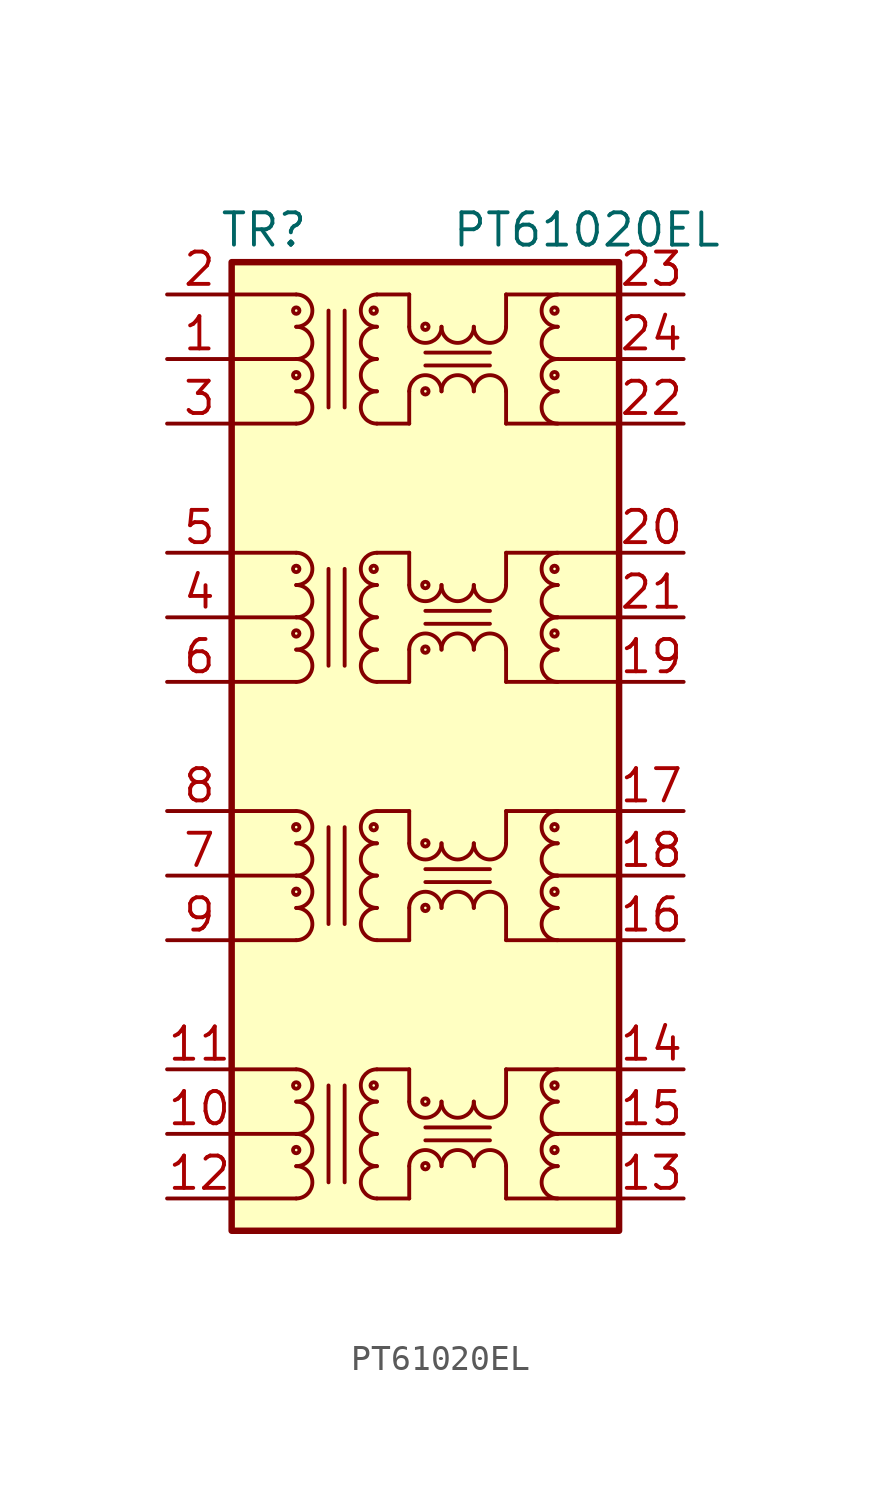
<source format=kicad_sym>
(kicad_symbol_lib
  (version 20231120)
  (generator "kicad_symbol_editor")
  (generator_version "8.0")
  (symbol "PT61020EL"
    (pin_names hide)
    (property "Reference" "TR"
      (at -6.35 20.32 0)
      (effects (font (size 1.27 1.27))))
    (property "Value" "PT61020EL"
      (at 6.35 20.32 0)
      (effects (font (size 1.27 1.27))))
    (symbol "PT61020EL_0_1"
      (rectangle (start -7.62 19.05) (end 7.62 -19.05) (stroke (width 0.254) (type default)) (fill (type background)))
      (polyline (pts (xy -7.62 -17.78) (xy -5.08 -17.78)) (stroke (width 0) (type default)) (fill (type none)))
      (polyline (pts (xy -7.62 -15.24) (xy -5.08 -15.24)) (stroke (width 0) (type default)) (fill (type none)))
      (polyline (pts (xy -7.62 -12.7) (xy -5.08 -12.7)) (stroke (width 0) (type default)) (fill (type none)))
      (polyline (pts (xy -7.62 -7.62) (xy -5.08 -7.62)) (stroke (width 0) (type default)) (fill (type none)))
      (polyline (pts (xy -7.62 -5.08) (xy -5.08 -5.08)) (stroke (width 0) (type default)) (fill (type none)))
      (polyline (pts (xy -7.62 -2.54) (xy -5.08 -2.54)) (stroke (width 0) (type default)) (fill (type none)))
      (polyline (pts (xy -7.62 2.54) (xy -5.08 2.54)) (stroke (width 0) (type default)) (fill (type none)))
      (polyline (pts (xy -7.62 5.08) (xy -5.08 5.08)) (stroke (width 0) (type default)) (fill (type none)))
      (polyline (pts (xy -7.62 7.62) (xy -5.08 7.62)) (stroke (width 0) (type default)) (fill (type none)))
      (polyline (pts (xy -7.62 12.7) (xy -5.08 12.7)) (stroke (width 0) (type default)) (fill (type none)))
      (polyline (pts (xy -7.62 15.24) (xy -5.08 15.24)) (stroke (width 0) (type default)) (fill (type none)))
      (polyline (pts (xy -7.62 17.78) (xy -5.08 17.78)) (stroke (width 0) (type default)) (fill (type none)))
      (polyline (pts (xy -1.905 -17.78) (xy -0.635 -17.78)) (stroke (width 0) (type default)) (fill (type none)))
      (polyline (pts (xy -1.905 -12.7) (xy -0.635 -12.7)) (stroke (width 0) (type default)) (fill (type none)))
      (polyline (pts (xy -1.905 -7.62) (xy -0.635 -7.62)) (stroke (width 0) (type default)) (fill (type none)))
      (polyline (pts (xy -1.905 -2.54) (xy -0.635 -2.54)) (stroke (width 0) (type default)) (fill (type none)))
      (polyline (pts (xy -1.905 2.54) (xy -0.635 2.54)) (stroke (width 0) (type default)) (fill (type none)))
      (polyline (pts (xy -1.905 7.62) (xy -0.635 7.62)) (stroke (width 0) (type default)) (fill (type none)))
      (polyline (pts (xy -1.905 12.7) (xy -0.635 12.7)) (stroke (width 0) (type default)) (fill (type none)))
      (polyline (pts (xy -1.905 17.78) (xy -0.635 17.78)) (stroke (width 0) (type default)) (fill (type none)))
      (polyline (pts (xy -0.635 -16.51) (xy -0.635 -17.78)) (stroke (width 0) (type default)) (fill (type none)))
      (polyline (pts (xy -0.635 -12.7) (xy -0.635 -13.97)) (stroke (width 0) (type default)) (fill (type none)))
      (polyline (pts (xy -0.635 -6.35) (xy -0.635 -7.62)) (stroke (width 0) (type default)) (fill (type none)))
      (polyline (pts (xy -0.635 -2.54) (xy -0.635 -3.81)) (stroke (width 0) (type default)) (fill (type none)))
      (polyline (pts (xy -0.635 3.81) (xy -0.635 2.54)) (stroke (width 0) (type default)) (fill (type none)))
      (polyline (pts (xy -0.635 7.62) (xy -0.635 6.35)) (stroke (width 0) (type default)) (fill (type none)))
      (polyline (pts (xy -0.635 13.97) (xy -0.635 12.7)) (stroke (width 0) (type default)) (fill (type none)))
      (polyline (pts (xy -0.635 17.78) (xy -0.635 16.51)) (stroke (width 0) (type default)) (fill (type none)))
      (polyline (pts (xy 3.175 -17.78) (xy 3.175 -16.51)) (stroke (width 0) (type default)) (fill (type none)))
      (polyline (pts (xy 3.175 -17.78) (xy 7.62 -17.78)) (stroke (width 0) (type default)) (fill (type none)))
      (polyline (pts (xy 3.175 -13.97) (xy 3.175 -12.7)) (stroke (width 0) (type default)) (fill (type none)))
      (polyline (pts (xy 3.175 -12.7) (xy 7.62 -12.7)) (stroke (width 0) (type default)) (fill (type none)))
      (polyline (pts (xy 3.175 -7.62) (xy 3.175 -6.35)) (stroke (width 0) (type default)) (fill (type none)))
      (polyline (pts (xy 3.175 -7.62) (xy 7.62 -7.62)) (stroke (width 0) (type default)) (fill (type none)))
      (polyline (pts (xy 3.175 -3.81) (xy 3.175 -2.54)) (stroke (width 0) (type default)) (fill (type none)))
      (polyline (pts (xy 3.175 -2.54) (xy 7.62 -2.54)) (stroke (width 0) (type default)) (fill (type none)))
      (polyline (pts (xy 3.175 2.54) (xy 3.175 3.81)) (stroke (width 0) (type default)) (fill (type none)))
      (polyline (pts (xy 3.175 2.54) (xy 7.62 2.54)) (stroke (width 0) (type default)) (fill (type none)))
      (polyline (pts (xy 3.175 6.35) (xy 3.175 7.62)) (stroke (width 0) (type default)) (fill (type none)))
      (polyline (pts (xy 3.175 7.62) (xy 7.62 7.62)) (stroke (width 0) (type default)) (fill (type none)))
      (polyline (pts (xy 3.175 12.7) (xy 3.175 13.97)) (stroke (width 0) (type default)) (fill (type none)))
      (polyline (pts (xy 3.175 12.7) (xy 7.62 12.7)) (stroke (width 0) (type default)) (fill (type none)))
      (polyline (pts (xy 3.175 16.51) (xy 3.175 17.78)) (stroke (width 0) (type default)) (fill (type none)))
      (polyline (pts (xy 3.175 17.78) (xy 7.62 17.78)) (stroke (width 0) (type default)) (fill (type none)))
      (polyline (pts (xy 5.08 -15.24) (xy 7.62 -15.24)) (stroke (width 0) (type default)) (fill (type none)))
      (polyline (pts (xy 5.08 -5.08) (xy 7.62 -5.08)) (stroke (width 0) (type default)) (fill (type none)))
      (polyline (pts (xy 5.08 5.08) (xy 7.62 5.08)) (stroke (width 0) (type default)) (fill (type none)))
      (polyline (pts (xy 5.08 15.24) (xy 7.62 15.24)) (stroke (width 0) (type default)) (fill (type none)))
      (polyline (pts (xy 7.62 15.24) (xy 7.62 15.24)) (stroke (width 0) (type default)) (fill (type none)))
      (pin passive line (at -10.16 15.24 0) (length 2.54) (name "TCT1" (effects (font (size 1.27 1.27)))) (number "1" (effects (font (size 1.27 1.27)))))
      (pin passive line (at -10.16 -15.24 0) (length 2.54) (name "TCT4" (effects (font (size 1.27 1.27)))) (number "10" (effects (font (size 1.27 1.27)))))
      (pin passive line (at -10.16 -12.7 0) (length 2.54) (name "TD4+" (effects (font (size 1.27 1.27)))) (number "11" (effects (font (size 1.27 1.27)))))
      (pin passive line (at -10.16 -17.78 0) (length 2.54) (name "TD4-" (effects (font (size 1.27 1.27)))) (number "12" (effects (font (size 1.27 1.27)))))
      (pin passive line (at 10.16 -17.78 180) (length 2.54) (name "MX4-" (effects (font (size 1.27 1.27)))) (number "13" (effects (font (size 1.27 1.27)))))
      (pin passive line (at 10.16 -12.7 180) (length 2.54) (name "MX4+" (effects (font (size 1.27 1.27)))) (number "14" (effects (font (size 1.27 1.27)))))
      (pin passive line (at 10.16 -15.24 180) (length 2.54) (name "MCT4" (effects (font (size 1.27 1.27)))) (number "15" (effects (font (size 1.27 1.27)))))
      (pin passive line (at 10.16 -7.62 180) (length 2.54) (name "MX3-" (effects (font (size 1.27 1.27)))) (number "16" (effects (font (size 1.27 1.27)))))
      (pin passive line (at 10.16 -2.54 180) (length 2.54) (name "MX3+" (effects (font (size 1.27 1.27)))) (number "17" (effects (font (size 1.27 1.27)))))
      (pin passive line (at 10.16 -5.08 180) (length 2.54) (name "MCT3" (effects (font (size 1.27 1.27)))) (number "18" (effects (font (size 1.27 1.27)))))
      (pin passive line (at 10.16 2.54 180) (length 2.54) (name "MX2-" (effects (font (size 1.27 1.27)))) (number "19" (effects (font (size 1.27 1.27)))))
      (pin passive line (at -10.16 17.78 0) (length 2.54) (name "TD1+" (effects (font (size 1.27 1.27)))) (number "2" (effects (font (size 1.27 1.27)))))
      (pin passive line (at 10.16 7.62 180) (length 2.54) (name "MX2+" (effects (font (size 1.27 1.27)))) (number "20" (effects (font (size 1.27 1.27)))))
      (pin passive line (at 10.16 5.08 180) (length 2.54) (name "MCT2" (effects (font (size 1.27 1.27)))) (number "21" (effects (font (size 1.27 1.27)))))
      (pin passive line (at 10.16 12.7 180) (length 2.54) (name "MX1-" (effects (font (size 1.27 1.27)))) (number "22" (effects (font (size 1.27 1.27)))))
      (pin passive line (at 10.16 17.78 180) (length 2.54) (name "MX1+" (effects (font (size 1.27 1.27)))) (number "23" (effects (font (size 1.27 1.27)))))
      (pin passive line (at 10.16 15.24 180) (length 2.54) (name "MCT1" (effects (font (size 1.27 1.27)))) (number "24" (effects (font (size 1.27 1.27)))))
      (pin passive line (at -10.16 12.7 0) (length 2.54) (name "TD1-" (effects (font (size 1.27 1.27)))) (number "3" (effects (font (size 1.27 1.27)))))
      (pin passive line (at -10.16 5.08 0) (length 2.54) (name "TCT2" (effects (font (size 1.27 1.27)))) (number "4" (effects (font (size 1.27 1.27)))))
      (pin passive line (at -10.16 7.62 0) (length 2.54) (name "TD2+" (effects (font (size 1.27 1.27)))) (number "5" (effects (font (size 1.27 1.27)))))
      (pin passive line (at -10.16 2.54 0) (length 2.54) (name "TD2-" (effects (font (size 1.27 1.27)))) (number "6" (effects (font (size 1.27 1.27)))))
      (pin passive line (at -10.16 -5.08 0) (length 2.54) (name "TCT3" (effects (font (size 1.27 1.27)))) (number "7" (effects (font (size 1.27 1.27)))))
      (pin passive line (at -10.16 -2.54 0) (length 2.54) (name "TD3+" (effects (font (size 1.27 1.27)))) (number "8" (effects (font (size 1.27 1.27)))))
      (pin passive line (at -10.16 -7.62 0) (length 2.54) (name "TD3-" (effects (font (size 1.27 1.27)))) (number "9" (effects (font (size 1.27 1.27))))))
    (symbol "PT61020EL_1_1"
      (arc (start -5.08 -17.78) (mid -4.4477 -17.145) (end -5.08 -16.51) (stroke (width 0) (type default)) (fill (type none)))
      (arc (start -5.08 -16.51) (mid -4.4477 -15.875) (end -5.08 -15.24) (stroke (width 0) (type default)) (fill (type none)))
      (circle (center -5.08 -15.875) (radius 0.127) (stroke (width 0) (type default)) (fill (type none)))
      (arc (start -5.08 -15.24) (mid -4.4477 -14.605) (end -5.08 -13.97) (stroke (width 0) (type default)) (fill (type none)))
      (arc (start -5.08 -13.97) (mid -4.4477 -13.335) (end -5.08 -12.7) (stroke (width 0) (type default)) (fill (type none)))
      (circle (center -5.08 -13.335) (radius 0.127) (stroke (width 0) (type default)) (fill (type none)))
      (arc (start -5.08 -7.62) (mid -4.4477 -6.985) (end -5.08 -6.35) (stroke (width 0) (type default)) (fill (type none)))
      (arc (start -5.08 -6.35) (mid -4.4477 -5.715) (end -5.08 -5.08) (stroke (width 0) (type default)) (fill (type none)))
      (circle (center -5.08 -5.715) (radius 0.127) (stroke (width 0) (type default)) (fill (type none)))
      (arc (start -5.08 -5.08) (mid -4.4477 -4.445) (end -5.08 -3.81) (stroke (width 0) (type default)) (fill (type none)))
      (arc (start -5.08 -3.81) (mid -4.4477 -3.175) (end -5.08 -2.54) (stroke (width 0) (type default)) (fill (type none)))
      (circle (center -5.08 -3.175) (radius 0.127) (stroke (width 0) (type default)) (fill (type none)))
      (arc (start -5.08 2.54) (mid -4.4477 3.175) (end -5.08 3.81) (stroke (width 0) (type default)) (fill (type none)))
      (arc (start -5.08 3.81) (mid -4.4477 4.445) (end -5.08 5.08) (stroke (width 0) (type default)) (fill (type none)))
      (circle (center -5.08 4.445) (radius 0.127) (stroke (width 0) (type default)) (fill (type none)))
      (arc (start -5.08 5.08) (mid -4.4477 5.715) (end -5.08 6.35) (stroke (width 0) (type default)) (fill (type none)))
      (arc (start -5.08 6.35) (mid -4.4477 6.985) (end -5.08 7.62) (stroke (width 0) (type default)) (fill (type none)))
      (circle (center -5.08 6.985) (radius 0.127) (stroke (width 0) (type default)) (fill (type none)))
      (arc (start -5.08 12.7) (mid -4.4477 13.335) (end -5.08 13.97) (stroke (width 0) (type default)) (fill (type none)))
      (arc (start -5.08 13.97) (mid -4.4477 14.605) (end -5.08 15.24) (stroke (width 0) (type default)) (fill (type none)))
      (circle (center -5.08 14.605) (radius 0.127) (stroke (width 0) (type default)) (fill (type none)))
      (arc (start -5.08 15.24) (mid -4.4477 15.875) (end -5.08 16.51) (stroke (width 0) (type default)) (fill (type none)))
      (arc (start -5.08 16.51) (mid -4.4477 17.145) (end -5.08 17.78) (stroke (width 0) (type default)) (fill (type none)))
      (circle (center -5.08 17.145) (radius 0.127) (stroke (width 0) (type default)) (fill (type none)))
      (circle (center -2.032 -13.335) (radius 0.127) (stroke (width 0) (type default)) (fill (type none)))
      (circle (center -2.032 -3.175) (radius 0.127) (stroke (width 0) (type default)) (fill (type none)))
      (circle (center -2.032 6.985) (radius 0.127) (stroke (width 0) (type default)) (fill (type none)))
      (circle (center -2.032 17.145) (radius 0.127) (stroke (width 0) (type default)) (fill (type none)))
      (arc (start -1.905 -16.51) (mid -2.5373 -17.145) (end -1.905 -17.78) (stroke (width 0) (type default)) (fill (type none)))
      (arc (start -1.905 -15.24) (mid -2.5373 -15.875) (end -1.905 -16.51) (stroke (width 0) (type default)) (fill (type none)))
      (arc (start -1.905 -13.97) (mid -2.5373 -14.605) (end -1.905 -15.24) (stroke (width 0) (type default)) (fill (type none)))
      (arc (start -1.905 -12.7) (mid -2.5373 -13.335) (end -1.905 -13.97) (stroke (width 0) (type default)) (fill (type none)))
      (arc (start -1.905 -6.35) (mid -2.5373 -6.985) (end -1.905 -7.62) (stroke (width 0) (type default)) (fill (type none)))
      (arc (start -1.905 -5.08) (mid -2.5373 -5.715) (end -1.905 -6.35) (stroke (width 0) (type default)) (fill (type none)))
      (arc (start -1.905 -3.81) (mid -2.5373 -4.445) (end -1.905 -5.08) (stroke (width 0) (type default)) (fill (type none)))
      (arc (start -1.905 -2.54) (mid -2.5373 -3.175) (end -1.905 -3.81) (stroke (width 0) (type default)) (fill (type none)))
      (arc (start -1.905 3.81) (mid -2.5373 3.175) (end -1.905 2.54) (stroke (width 0) (type default)) (fill (type none)))
      (arc (start -1.905 5.08) (mid -2.5373 4.445) (end -1.905 3.81) (stroke (width 0) (type default)) (fill (type none)))
      (arc (start -1.905 6.35) (mid -2.5373 5.715) (end -1.905 5.08) (stroke (width 0) (type default)) (fill (type none)))
      (arc (start -1.905 7.62) (mid -2.5373 6.985) (end -1.905 6.35) (stroke (width 0) (type default)) (fill (type none)))
      (arc (start -1.905 13.97) (mid -2.5373 13.335) (end -1.905 12.7) (stroke (width 0) (type default)) (fill (type none)))
      (arc (start -1.905 15.24) (mid -2.5373 14.605) (end -1.905 13.97) (stroke (width 0) (type default)) (fill (type none)))
      (arc (start -1.905 16.51) (mid -2.5373 15.875) (end -1.905 15.24) (stroke (width 0) (type default)) (fill (type none)))
      (arc (start -1.905 17.78) (mid -2.5373 17.145) (end -1.905 16.51) (stroke (width 0) (type default)) (fill (type none)))
      (arc (start -0.635 -13.97) (mid 0 -14.6023) (end 0.635 -13.97) (stroke (width 0) (type default)) (fill (type none)))
      (arc (start -0.635 -3.81) (mid 0 -4.4423) (end 0.635 -3.81) (stroke (width 0) (type default)) (fill (type none)))
      (arc (start -0.635 6.35) (mid 0 5.7177) (end 0.635 6.35) (stroke (width 0) (type default)) (fill (type none)))
      (arc (start -0.635 16.51) (mid 0 15.8777) (end 0.635 16.51) (stroke (width 0) (type default)) (fill (type none)))
      (circle (center 0 -16.51) (radius 0.127) (stroke (width 0) (type default)) (fill (type none)))
      (circle (center 0 -13.97) (radius 0.127) (stroke (width 0) (type default)) (fill (type none)))
      (circle (center 0 -6.35) (radius 0.127) (stroke (width 0) (type default)) (fill (type none)))
      (circle (center 0 -3.81) (radius 0.127) (stroke (width 0) (type default)) (fill (type none)))
      (polyline (pts (xy -3.81 -17.145) (xy -3.81 -13.335)) (stroke (width 0) (type default)) (fill (type none)))
      (polyline (pts (xy -3.81 -6.985) (xy -3.81 -3.175)) (stroke (width 0) (type default)) (fill (type none)))
      (polyline (pts (xy -3.81 3.175) (xy -3.81 6.985)) (stroke (width 0) (type default)) (fill (type none)))
      (polyline (pts (xy -3.81 13.335) (xy -3.81 17.145)) (stroke (width 0) (type default)) (fill (type none)))
      (polyline (pts (xy -3.175 -17.145) (xy -3.175 -13.335)) (stroke (width 0) (type default)) (fill (type none)))
      (polyline (pts (xy -3.175 -6.985) (xy -3.175 -3.175)) (stroke (width 0) (type default)) (fill (type none)))
      (polyline (pts (xy -3.175 3.175) (xy -3.175 6.985)) (stroke (width 0) (type default)) (fill (type none)))
      (polyline (pts (xy -3.175 13.335) (xy -3.175 17.145)) (stroke (width 0) (type default)) (fill (type none)))
      (polyline (pts (xy 2.54 -15.494) (xy 0 -15.494)) (stroke (width 0) (type default)) (fill (type none)))
      (polyline (pts (xy 2.54 -14.986) (xy 0 -14.986)) (stroke (width 0) (type default)) (fill (type none)))
      (polyline (pts (xy 2.54 -5.334) (xy 0 -5.334)) (stroke (width 0) (type default)) (fill (type none)))
      (polyline (pts (xy 2.54 -4.826) (xy 0 -4.826)) (stroke (width 0) (type default)) (fill (type none)))
      (polyline (pts (xy 2.54 4.826) (xy 0 4.826)) (stroke (width 0) (type default)) (fill (type none)))
      (polyline (pts (xy 2.54 5.334) (xy 0 5.334)) (stroke (width 0) (type default)) (fill (type none)))
      (polyline (pts (xy 2.54 14.986) (xy 0 14.986)) (stroke (width 0) (type default)) (fill (type none)))
      (polyline (pts (xy 2.54 15.494) (xy 0 15.494)) (stroke (width 0) (type default)) (fill (type none)))
      (circle (center 0 3.81) (radius 0.127) (stroke (width 0) (type default)) (fill (type none)))
      (circle (center 0 6.35) (radius 0.127) (stroke (width 0) (type default)) (fill (type none)))
      (circle (center 0 13.97) (radius 0.127) (stroke (width 0) (type default)) (fill (type none)))
      (circle (center 0 16.51) (radius 0.127) (stroke (width 0) (type default)) (fill (type none)))
      (arc (start 0.635 -16.51) (mid 0 -15.8777) (end -0.635 -16.51) (stroke (width 0) (type default)) (fill (type none)))
      (arc (start 0.635 -13.97) (mid 1.27 -14.6023) (end 1.905 -13.97) (stroke (width 0) (type default)) (fill (type none)))
      (arc (start 0.635 -6.35) (mid 0 -5.7177) (end -0.635 -6.35) (stroke (width 0) (type default)) (fill (type none)))
      (arc (start 0.635 -3.81) (mid 1.27 -4.4423) (end 1.905 -3.81) (stroke (width 0) (type default)) (fill (type none)))
      (arc (start 0.635 3.81) (mid 0 4.4423) (end -0.635 3.81) (stroke (width 0) (type default)) (fill (type none)))
      (arc (start 0.635 6.35) (mid 1.27 5.7177) (end 1.905 6.35) (stroke (width 0) (type default)) (fill (type none)))
      (arc (start 0.635 13.97) (mid 0 14.6023) (end -0.635 13.97) (stroke (width 0) (type default)) (fill (type none)))
      (arc (start 0.635 16.51) (mid 1.27 15.8777) (end 1.905 16.51) (stroke (width 0) (type default)) (fill (type none)))
      (arc (start 1.905 -16.51) (mid 1.27 -15.8777) (end 0.635 -16.51) (stroke (width 0) (type default)) (fill (type none)))
      (arc (start 1.905 -13.97) (mid 2.54 -14.6023) (end 3.175 -13.97) (stroke (width 0) (type default)) (fill (type none)))
      (arc (start 1.905 -6.35) (mid 1.27 -5.7177) (end 0.635 -6.35) (stroke (width 0) (type default)) (fill (type none)))
      (arc (start 1.905 -3.81) (mid 2.54 -4.4423) (end 3.175 -3.81) (stroke (width 0) (type default)) (fill (type none)))
      (arc (start 1.905 3.81) (mid 1.27 4.4423) (end 0.635 3.81) (stroke (width 0) (type default)) (fill (type none)))
      (arc (start 1.905 6.35) (mid 2.54 5.7177) (end 3.175 6.35) (stroke (width 0) (type default)) (fill (type none)))
      (arc (start 1.905 13.97) (mid 1.27 14.6023) (end 0.635 13.97) (stroke (width 0) (type default)) (fill (type none)))
      (arc (start 1.905 16.51) (mid 2.54 15.8777) (end 3.175 16.51) (stroke (width 0) (type default)) (fill (type none)))
      (arc (start 3.175 -16.51) (mid 2.54 -15.8777) (end 1.905 -16.51) (stroke (width 0) (type default)) (fill (type none)))
      (arc (start 3.175 -6.35) (mid 2.54 -5.7177) (end 1.905 -6.35) (stroke (width 0) (type default)) (fill (type none)))
      (arc (start 3.175 3.81) (mid 2.54 4.4423) (end 1.905 3.81) (stroke (width 0) (type default)) (fill (type none)))
      (arc (start 3.175 13.97) (mid 2.54 14.6023) (end 1.905 13.97) (stroke (width 0) (type default)) (fill (type none)))
      (circle (center 5.08 -15.875) (radius 0.127) (stroke (width 0) (type default)) (fill (type none)))
      (circle (center 5.08 -13.335) (radius 0.127) (stroke (width 0) (type default)) (fill (type none)))
      (circle (center 5.08 -5.715) (radius 0.127) (stroke (width 0) (type default)) (fill (type none)))
      (circle (center 5.08 -3.175) (radius 0.127) (stroke (width 0) (type default)) (fill (type none)))
      (circle (center 5.08 4.445) (radius 0.127) (stroke (width 0) (type default)) (fill (type none)))
      (circle (center 5.08 6.985) (radius 0.127) (stroke (width 0) (type default)) (fill (type none)))
      (circle (center 5.08 14.605) (radius 0.127) (stroke (width 0) (type default)) (fill (type none)))
      (circle (center 5.08 17.145) (radius 0.127) (stroke (width 0) (type default)) (fill (type none)))
      (arc (start 5.207 -16.51) (mid 4.5747 -17.145) (end 5.207 -17.78) (stroke (width 0) (type default)) (fill (type none)))
      (arc (start 5.207 -15.24) (mid 4.5747 -15.875) (end 5.207 -16.51) (stroke (width 0) (type default)) (fill (type none)))
      (arc (start 5.207 -13.97) (mid 4.5747 -14.605) (end 5.207 -15.24) (stroke (width 0) (type default)) (fill (type none)))
      (arc (start 5.207 -12.7) (mid 4.5747 -13.335) (end 5.207 -13.97) (stroke (width 0) (type default)) (fill (type none)))
      (arc (start 5.207 -6.35) (mid 4.5747 -6.985) (end 5.207 -7.62) (stroke (width 0) (type default)) (fill (type none)))
      (arc (start 5.207 -5.08) (mid 4.5747 -5.715) (end 5.207 -6.35) (stroke (width 0) (type default)) (fill (type none)))
      (arc (start 5.207 -3.81) (mid 4.5747 -4.445) (end 5.207 -5.08) (stroke (width 0) (type default)) (fill (type none)))
      (arc (start 5.207 -2.54) (mid 4.5747 -3.175) (end 5.207 -3.81) (stroke (width 0) (type default)) (fill (type none)))
      (arc (start 5.207 3.81) (mid 4.5747 3.175) (end 5.207 2.54) (stroke (width 0) (type default)) (fill (type none)))
      (arc (start 5.207 5.08) (mid 4.5747 4.445) (end 5.207 3.81) (stroke (width 0) (type default)) (fill (type none)))
      (arc (start 5.207 6.35) (mid 4.5747 5.715) (end 5.207 5.08) (stroke (width 0) (type default)) (fill (type none)))
      (arc (start 5.207 7.62) (mid 4.5747 6.985) (end 5.207 6.35) (stroke (width 0) (type default)) (fill (type none)))
      (arc (start 5.207 13.97) (mid 4.5747 13.335) (end 5.207 12.7) (stroke (width 0) (type default)) (fill (type none)))
      (arc (start 5.207 15.24) (mid 4.5747 14.605) (end 5.207 13.97) (stroke (width 0) (type default)) (fill (type none)))
      (arc (start 5.207 16.51) (mid 4.5747 15.875) (end 5.207 15.24) (stroke (width 0) (type default)) (fill (type none)))
      (arc (start 5.207 17.78) (mid 4.5747 17.145) (end 5.207 16.51) (stroke (width 0) (type default)) (fill (type none))))))
</source>
